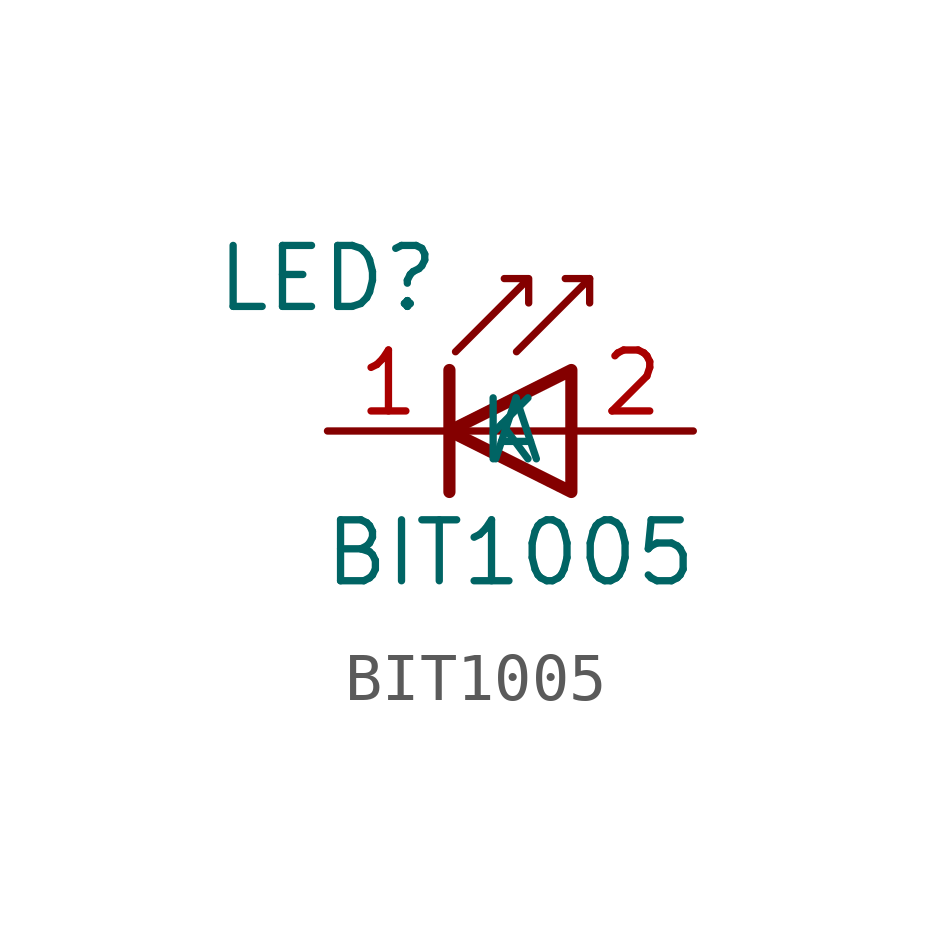
<source format=kicad_sym>
(kicad_symbol_lib
  (version 20211014)
  (generator kicad_symbol_editor)
  (symbol "BIT1005"
    (property "Reference" "LED"
      (at -3.81 3.175 0)
      (effects (font (size 1.27 1.27))))
    (property "Value" "BIT1005"
      (at 0 -2.54 0)
      (effects (font (size 1.27 1.27))))
    (symbol "BIT1005_0_1"
      (polyline (pts (xy -1.27 0) (xy 1.27 0)) (stroke (width 0) (type default) (color 0 0 0 0)) (fill (type none)))
      (polyline (pts (xy -1.27 1.27) (xy -1.27 -1.27)) (stroke (width 0.254) (type default) (color 0 0 0 0)) (fill (type none)))
      (polyline (pts (xy 1.651 3.175) (xy 1.143 3.175)) (stroke (width 0) (type default) (color 0 0 0 0)) (fill (type none)))
      (polyline (pts (xy 0.127 1.651) (xy 1.651 3.175) (xy 1.651 2.667)) (stroke (width 0) (type default) (color 0 0 0 0)) (fill (type none)))
      (polyline (pts (xy 1.27 -1.27) (xy 1.27 1.27) (xy -1.27 0) (xy 1.27 -1.27)) (stroke (width 0.254) (type default) (color 0 0 0 0)) (fill (type none)))
      (polyline (pts (xy -1.143 1.651) (xy 0.381 3.175) (xy 0.381 2.667) (xy 0.381 3.175) (xy -0.127 3.175)) (stroke (width 0) (type default) (color 0 0 0 0)) (fill (type none))))
    (symbol "BIT1005_1_1"
      (pin passive line (at -3.81 0 0) (length 2.54) (name "K" (effects (font (size 1.27 1.27)))) (number "1" (effects (font (size 1.27 1.27)))))
      (pin passive line (at 3.81 0 180) (length 2.54) (name "A" (effects (font (size 1.27 1.27)))) (number "2" (effects (font (size 1.27 1.27))))))))
</source>
